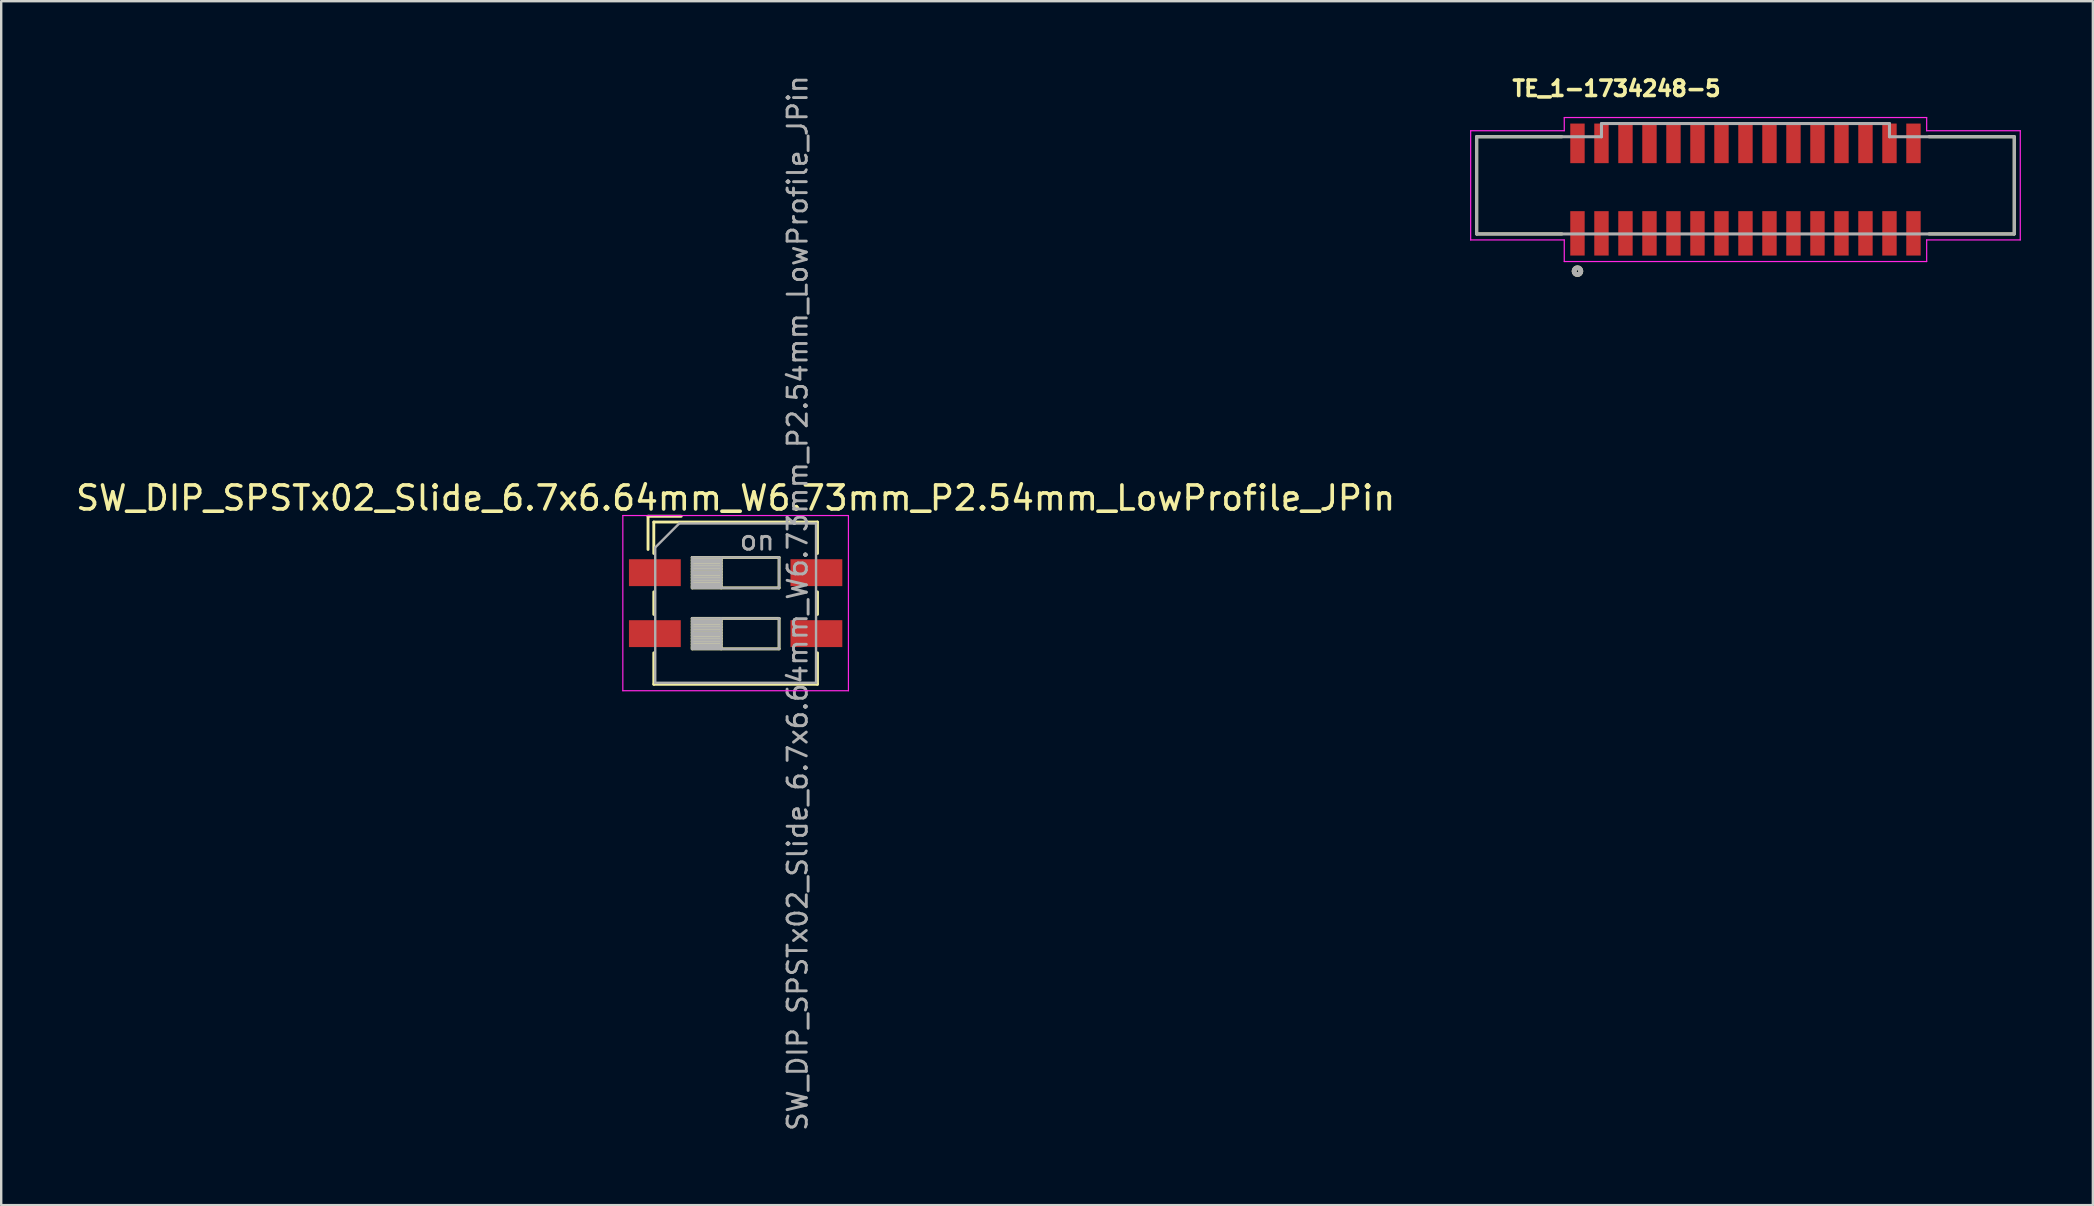
<source format=kicad_pcb>
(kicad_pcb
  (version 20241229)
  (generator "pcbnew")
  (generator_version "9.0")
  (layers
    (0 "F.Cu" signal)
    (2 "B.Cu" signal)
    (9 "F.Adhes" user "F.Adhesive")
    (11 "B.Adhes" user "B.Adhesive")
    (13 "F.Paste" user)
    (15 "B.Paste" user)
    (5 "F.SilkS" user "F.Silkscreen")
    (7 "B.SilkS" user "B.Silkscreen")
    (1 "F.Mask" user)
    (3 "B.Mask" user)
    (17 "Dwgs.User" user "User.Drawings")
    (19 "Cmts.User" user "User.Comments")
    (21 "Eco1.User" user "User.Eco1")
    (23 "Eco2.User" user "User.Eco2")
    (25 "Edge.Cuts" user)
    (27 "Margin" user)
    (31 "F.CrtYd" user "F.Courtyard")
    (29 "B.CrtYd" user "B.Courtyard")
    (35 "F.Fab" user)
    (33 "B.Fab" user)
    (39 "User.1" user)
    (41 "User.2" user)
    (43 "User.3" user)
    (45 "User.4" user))
  (footprint "SW_DIP_SPSTx02_Slide_6.7x6.64mm_W6.73mm_P2.54mm_LowProfile_JPin"
    (layer "F.Cu")
    (at 27.601 22.081)
    (property "Reference" "SW_DIP_SPSTx02_Slide_6.7x6.64mm_W6.73mm_P2.54mm_LowProfile_JPin" (at 0 -4.38 0) (layer "F.SilkS") (effects (font (size 1 1) (thickness 0.15))))
    (attr smd)
    (fp_line (start -3.65 -3.62) (end -3.65 -2.237) (stroke (width 0.12) (type solid)) (layer "F.SilkS"))
    (fp_line (start -3.65 -3.62) (end -2.267 -3.62) (stroke (width 0.12) (type solid)) (layer "F.SilkS"))
    (fp_line (start -3.41 -3.38) (end -3.41 -2.07) (stroke (width 0.12) (type solid)) (layer "F.SilkS"))
    (fp_line (start -3.41 -3.38) (end 3.41 -3.38) (stroke (width 0.12) (type solid)) (layer "F.SilkS"))
    (fp_line (start -3.41 -0.47) (end -3.41 0.47) (stroke (width 0.12) (type solid)) (layer "F.SilkS"))
    (fp_line (start -3.41 2.07) (end -3.41 3.38) (stroke (width 0.12) (type solid)) (layer "F.SilkS"))
    (fp_line (start -3.41 3.38) (end 3.41 3.38) (stroke (width 0.12) (type solid)) (layer "F.SilkS"))
    (fp_line (start -1.81 -1.905) (end -1.81 -0.635) (stroke (width 0.12) (type solid)) (layer "F.SilkS"))
    (fp_line (start -1.81 -1.785) (end -0.603 -1.785) (stroke (width 0.12) (type solid)) (layer "F.SilkS"))
    (fp_line (start -1.81 -1.665) (end -0.603 -1.665) (stroke (width 0.12) (type solid)) (layer "F.SilkS"))
    (fp_line (start -1.81 -1.545) (end -0.603 -1.545) (stroke (width 0.12) (type solid)) (layer "F.SilkS"))
    (fp_line (start -1.81 -1.425) (end -0.603 -1.425) (stroke (width 0.12) (type solid)) (layer "F.SilkS"))
    (fp_line (start -1.81 -1.305) (end -0.603 -1.305) (stroke (width 0.12) (type solid)) (layer "F.SilkS"))
    (fp_line (start -1.81 -1.185) (end -0.603 -1.185) (stroke (width 0.12) (type solid)) (layer "F.SilkS"))
    (fp_line (start -1.81 -1.065) (end -0.603 -1.065) (stroke (width 0.12) (type solid)) (layer "F.SilkS"))
    (fp_line (start -1.81 -0.945) (end -0.603 -0.945) (stroke (width 0.12) (type solid)) (layer "F.SilkS"))
    (fp_line (start -1.81 -0.825) (end -0.603 -0.825) (stroke (width 0.12) (type solid)) (layer "F.SilkS"))
    (fp_line (start -1.81 -0.705) (end -0.603 -0.705) (stroke (width 0.12) (type solid)) (layer "F.SilkS"))
    (fp_line (start -1.81 -0.635) (end 1.81 -0.635) (stroke (width 0.12) (type solid)) (layer "F.SilkS"))
    (fp_line (start -1.81 0.635) (end -1.81 1.905) (stroke (width 0.12) (type solid)) (layer "F.SilkS"))
    (fp_line (start -1.81 0.755) (end -0.603 0.755) (stroke (width 0.12) (type solid)) (layer "F.SilkS"))
    (fp_line (start -1.81 0.875) (end -0.603 0.875) (stroke (width 0.12) (type solid)) (layer "F.SilkS"))
    (fp_line (start -1.81 0.995) (end -0.603 0.995) (stroke (width 0.12) (type solid)) (layer "F.SilkS"))
    (fp_line (start -1.81 1.115) (end -0.603 1.115) (stroke (width 0.12) (type solid)) (layer "F.SilkS"))
    (fp_line (start -1.81 1.235) (end -0.603 1.235) (stroke (width 0.12) (type solid)) (layer "F.SilkS"))
    (fp_line (start -1.81 1.355) (end -0.603 1.355) (stroke (width 0.12) (type solid)) (layer "F.SilkS"))
    (fp_line (start -1.81 1.475) (end -0.603 1.475) (stroke (width 0.12) (type solid)) (layer "F.SilkS"))
    (fp_line (start -1.81 1.595) (end -0.603 1.595) (stroke (width 0.12) (type solid)) (layer "F.SilkS"))
    (fp_line (start -1.81 1.715) (end -0.603 1.715) (stroke (width 0.12) (type solid)) (layer "F.SilkS"))
    (fp_line (start -1.81 1.835) (end -0.603 1.835) (stroke (width 0.12) (type solid)) (layer "F.SilkS"))
    (fp_line (start -1.81 1.905) (end 1.81 1.905) (stroke (width 0.12) (type solid)) (layer "F.SilkS"))
    (fp_line (start -0.603 -1.905) (end -0.603 -0.635) (stroke (width 0.12) (type solid)) (layer "F.SilkS"))
    (fp_line (start -0.603 0.635) (end -0.603 1.905) (stroke (width 0.12) (type solid)) (layer "F.SilkS"))
    (fp_line (start 1.81 -1.905) (end -1.81 -1.905) (stroke (width 0.12) (type solid)) (layer "F.SilkS"))
    (fp_line (start 1.81 -0.635) (end 1.81 -1.905) (stroke (width 0.12) (type solid)) (layer "F.SilkS"))
    (fp_line (start 1.81 0.635) (end -1.81 0.635) (stroke (width 0.12) (type solid)) (layer "F.SilkS"))
    (fp_line (start 1.81 1.905) (end 1.81 0.635) (stroke (width 0.12) (type solid)) (layer "F.SilkS"))
    (fp_line (start 3.41 -3.38) (end 3.41 -2.07) (stroke (width 0.12) (type solid)) (layer "F.SilkS"))
    (fp_line (start 3.41 -0.47) (end 3.41 0.47) (stroke (width 0.12) (type solid)) (layer "F.SilkS"))
    (fp_line (start 3.41 2.07) (end 3.41 3.38) (stroke (width 0.12) (type solid)) (layer "F.SilkS"))
    (fp_line (start -4.7 -3.65) (end -4.7 3.65) (stroke (width 0.05) (type solid)) (layer "F.CrtYd"))
    (fp_line (start -4.7 3.65) (end 4.7 3.65) (stroke (width 0.05) (type solid)) (layer "F.CrtYd"))
    (fp_line (start 4.7 -3.65) (end -4.7 -3.65) (stroke (width 0.05) (type solid)) (layer "F.CrtYd"))
    (fp_line (start 4.7 3.65) (end 4.7 -3.65) (stroke (width 0.05) (type solid)) (layer "F.CrtYd"))
    (fp_line (start -3.35 -2.32) (end -2.35 -3.32) (stroke (width 0.1) (type solid)) (layer "F.Fab"))
    (fp_line (start -3.35 3.32) (end -3.35 -2.32) (stroke (width 0.1) (type solid)) (layer "F.Fab"))
    (fp_line (start -2.35 -3.32) (end 3.35 -3.32) (stroke (width 0.1) (type solid)) (layer "F.Fab"))
    (fp_line (start -1.81 -1.905) (end -1.81 -0.635) (stroke (width 0.1) (type solid)) (layer "F.Fab"))
    (fp_line (start -1.81 -1.805) (end -0.603 -1.805) (stroke (width 0.1) (type solid)) (layer "F.Fab"))
    (fp_line (start -1.81 -1.705) (end -0.603 -1.705) (stroke (width 0.1) (type solid)) (layer "F.Fab"))
    (fp_line (start -1.81 -1.605) (end -0.603 -1.605) (stroke (width 0.1) (type solid)) (layer "F.Fab"))
    (fp_line (start -1.81 -1.505) (end -0.603 -1.505) (stroke (width 0.1) (type solid)) (layer "F.Fab"))
    (fp_line (start -1.81 -1.405) (end -0.603 -1.405) (stroke (width 0.1) (type solid)) (layer "F.Fab"))
    (fp_line (start -1.81 -1.305) (end -0.603 -1.305) (stroke (width 0.1) (type solid)) (layer "F.Fab"))
    (fp_line (start -1.81 -1.205) (end -0.603 -1.205) (stroke (width 0.1) (type solid)) (layer "F.Fab"))
    (fp_line (start -1.81 -1.105) (end -0.603 -1.105) (stroke (width 0.1) (type solid)) (layer "F.Fab"))
    (fp_line (start -1.81 -1.005) (end -0.603 -1.005) (stroke (width 0.1) (type solid)) (layer "F.Fab"))
    (fp_line (start -1.81 -0.905) (end -0.603 -0.905) (stroke (width 0.1) (type solid)) (layer "F.Fab"))
    (fp_line (start -1.81 -0.805) (end -0.603 -0.805) (stroke (width 0.1) (type solid)) (layer "F.Fab"))
    (fp_line (start -1.81 -0.705) (end -0.603 -0.705) (stroke (width 0.1) (type solid)) (layer "F.Fab"))
    (fp_line (start -1.81 -0.635) (end 1.81 -0.635) (stroke (width 0.1) (type solid)) (layer "F.Fab"))
    (fp_line (start -1.81 0.635) (end -1.81 1.905) (stroke (width 0.1) (type solid)) (layer "F.Fab"))
    (fp_line (start -1.81 0.735) (end -0.603 0.735) (stroke (width 0.1) (type solid)) (layer "F.Fab"))
    (fp_line (start -1.81 0.835) (end -0.603 0.835) (stroke (width 0.1) (type solid)) (layer "F.Fab"))
    (fp_line (start -1.81 0.935) (end -0.603 0.935) (stroke (width 0.1) (type solid)) (layer "F.Fab"))
    (fp_line (start -1.81 1.035) (end -0.603 1.035) (stroke (width 0.1) (type solid)) (layer "F.Fab"))
    (fp_line (start -1.81 1.135) (end -0.603 1.135) (stroke (width 0.1) (type solid)) (layer "F.Fab"))
    (fp_line (start -1.81 1.235) (end -0.603 1.235) (stroke (width 0.1) (type solid)) (layer "F.Fab"))
    (fp_line (start -1.81 1.335) (end -0.603 1.335) (stroke (width 0.1) (type solid)) (layer "F.Fab"))
    (fp_line (start -1.81 1.435) (end -0.603 1.435) (stroke (width 0.1) (type solid)) (layer "F.Fab"))
    (fp_line (start -1.81 1.535) (end -0.603 1.535) (stroke (width 0.1) (type solid)) (layer "F.Fab"))
    (fp_line (start -1.81 1.635) (end -0.603 1.635) (stroke (width 0.1) (type solid)) (layer "F.Fab"))
    (fp_line (start -1.81 1.735) (end -0.603 1.735) (stroke (width 0.1) (type solid)) (layer "F.Fab"))
    (fp_line (start -1.81 1.835) (end -0.603 1.835) (stroke (width 0.1) (type solid)) (layer "F.Fab"))
    (fp_line (start -1.81 1.905) (end 1.81 1.905) (stroke (width 0.1) (type solid)) (layer "F.Fab"))
    (fp_line (start -0.603 -1.905) (end -0.603 -0.635) (stroke (width 0.1) (type solid)) (layer "F.Fab"))
    (fp_line (start -0.603 0.635) (end -0.603 1.905) (stroke (width 0.1) (type solid)) (layer "F.Fab"))
    (fp_line (start 1.81 -1.905) (end -1.81 -1.905) (stroke (width 0.1) (type solid)) (layer "F.Fab"))
    (fp_line (start 1.81 -0.635) (end 1.81 -1.905) (stroke (width 0.1) (type solid)) (layer "F.Fab"))
    (fp_line (start 1.81 0.635) (end -1.81 0.635) (stroke (width 0.1) (type solid)) (layer "F.Fab"))
    (fp_line (start 1.81 1.905) (end 1.81 0.635) (stroke (width 0.1) (type solid)) (layer "F.Fab"))
    (fp_line (start 3.35 -3.32) (end 3.35 3.32) (stroke (width 0.1) (type solid)) (layer "F.Fab"))
    (fp_line (start 3.35 3.32) (end -3.35 3.32) (stroke (width 0.1) (type solid)) (layer "F.Fab"))
    (fp_text user "on" (at 0.897 -2.612 0) (layer "F.Fab") (effects (font (size 0.8 0.8) (thickness 0.12))))
    (fp_text user "${REFERENCE}" (at 2.58 0 90) (layer "F.Fab") (effects (font (size 0.8 0.8) (thickness 0.12))))
    (pad "1" smd rect (at -3.365 -1.27) (size 2.16 1.12) (layers "F.Cu" "F.Mask" "F.Paste"))
    (pad "2" smd rect (at -3.365 1.27) (size 2.16 1.12) (layers "F.Cu" "F.Mask" "F.Paste"))
    (pad "3" smd rect (at 3.365 1.27) (size 2.16 1.12) (layers "F.Cu" "F.Mask" "F.Paste"))
    (pad "4" smd rect (at 3.365 -1.27) (size 2.16 1.12) (layers "F.Cu" "F.Mask" "F.Paste")))
  (footprint "TE_1-1734248-5"
    (layer "F.Cu")
    (at 69.677 4.648)
    (property "Reference" "TE_1-1734248-5" (at -5.373 -4.01 0) (layer "F.SilkS") (effects (font (size 0.641 0.641) (thickness 0.15))))
    (attr through_hole)
    (fp_line (start -11.2 -2) (end -7.65 -2) (stroke (width 0.127) (type solid)) (layer "F.SilkS"))
    (fp_line (start -11.2 2.05) (end -11.2 -2) (stroke (width 0.127) (type solid)) (layer "F.SilkS"))
    (fp_line (start -11.2 2.05) (end -7.65 2.05) (stroke (width 0.127) (type solid)) (layer "F.SilkS"))
    (fp_line (start 11.2 -2) (end 7.65 -2) (stroke (width 0.127) (type solid)) (layer "F.SilkS"))
    (fp_line (start 11.2 2.05) (end 7.65 2.05) (stroke (width 0.127) (type solid)) (layer "F.SilkS"))
    (fp_line (start 11.2 2.05) (end 11.2 -2) (stroke (width 0.127) (type solid)) (layer "F.SilkS"))
    (fp_circle (center -7 3.6) (end -6.859 3.6) (stroke (width 0.2) (type solid)) (fill no) (layer "F.SilkS"))
    (fp_line (start -11.45 -2.25) (end -7.55 -2.25) (stroke (width 0.05) (type solid)) (layer "F.CrtYd"))
    (fp_line (start -11.45 2.3) (end -11.45 -2.25) (stroke (width 0.05) (type solid)) (layer "F.CrtYd"))
    (fp_line (start -7.55 -2.8) (end 7.55 -2.8) (stroke (width 0.05) (type solid)) (layer "F.CrtYd"))
    (fp_line (start -7.55 -2.25) (end -7.55 -2.8) (stroke (width 0.05) (type solid)) (layer "F.CrtYd"))
    (fp_line (start -7.55 2.3) (end -11.45 2.3) (stroke (width 0.05) (type solid)) (layer "F.CrtYd"))
    (fp_line (start -7.55 3.2) (end -7.55 2.3) (stroke (width 0.05) (type solid)) (layer "F.CrtYd"))
    (fp_line (start 7.55 -2.8) (end 7.55 -2.25) (stroke (width 0.05) (type solid)) (layer "F.CrtYd"))
    (fp_line (start 7.55 -2.25) (end 11.45 -2.25) (stroke (width 0.05) (type solid)) (layer "F.CrtYd"))
    (fp_line (start 7.55 2.3) (end 7.55 3.2) (stroke (width 0.05) (type solid)) (layer "F.CrtYd"))
    (fp_line (start 7.55 3.2) (end -7.55 3.2) (stroke (width 0.05) (type solid)) (layer "F.CrtYd"))
    (fp_line (start 11.45 -2.25) (end 11.45 2.3) (stroke (width 0.05) (type solid)) (layer "F.CrtYd"))
    (fp_line (start 11.45 2.3) (end 7.55 2.3) (stroke (width 0.05) (type solid)) (layer "F.CrtYd"))
    (fp_line (start -11.2 -2) (end -6 -2) (stroke (width 0.127) (type solid)) (layer "F.Fab"))
    (fp_line (start -11.2 2.05) (end -11.2 -2) (stroke (width 0.127) (type solid)) (layer "F.Fab"))
    (fp_line (start -6 -2.55) (end 6 -2.55) (stroke (width 0.127) (type solid)) (layer "F.Fab"))
    (fp_line (start -6 -2) (end -6 -2.55) (stroke (width 0.127) (type solid)) (layer "F.Fab"))
    (fp_line (start 6 -2) (end 6 -2.55) (stroke (width 0.127) (type solid)) (layer "F.Fab"))
    (fp_line (start 11.2 -2) (end 6 -2) (stroke (width 0.127) (type solid)) (layer "F.Fab"))
    (fp_line (start 11.2 2.05) (end -11.2 2.05) (stroke (width 0.127) (type solid)) (layer "F.Fab"))
    (fp_line (start 11.2 2.05) (end 11.2 -2) (stroke (width 0.127) (type solid)) (layer "F.Fab"))
    (fp_circle (center -7 3.6) (end -6.859 3.6) (stroke (width 0.2) (type solid)) (fill no) (layer "F.Fab"))
    (pad "1" smd rect (at -7 -1.725) (size 0.6 1.65) (layers "F.Cu" "F.Mask" "F.Paste"))
    (pad "1" smd rect (at -7 2.025) (size 0.6 1.85) (layers "F.Cu" "F.Mask" "F.Paste"))
    (pad "2" smd rect (at -6 -1.725) (size 0.6 1.65) (layers "F.Cu" "F.Mask" "F.Paste"))
    (pad "2" smd rect (at -6 2.025) (size 0.6 1.85) (layers "F.Cu" "F.Mask" "F.Paste"))
    (pad "3" smd rect (at -5 -1.725) (size 0.6 1.65) (layers "F.Cu" "F.Mask" "F.Paste"))
    (pad "3" smd rect (at -5 2.025) (size 0.6 1.85) (layers "F.Cu" "F.Mask" "F.Paste"))
    (pad "4" smd rect (at -4 -1.725) (size 0.6 1.65) (layers "F.Cu" "F.Mask" "F.Paste"))
    (pad "4" smd rect (at -4 2.025) (size 0.6 1.85) (layers "F.Cu" "F.Mask" "F.Paste"))
    (pad "5" smd rect (at -3 -1.725) (size 0.6 1.65) (layers "F.Cu" "F.Mask" "F.Paste"))
    (pad "5" smd rect (at -3 2.025) (size 0.6 1.85) (layers "F.Cu" "F.Mask" "F.Paste"))
    (pad "6" smd rect (at -2 -1.725) (size 0.6 1.65) (layers "F.Cu" "F.Mask" "F.Paste"))
    (pad "6" smd rect (at -2 2.025) (size 0.6 1.85) (layers "F.Cu" "F.Mask" "F.Paste"))
    (pad "7" smd rect (at -1 -1.725) (size 0.6 1.65) (layers "F.Cu" "F.Mask" "F.Paste"))
    (pad "7" smd rect (at -1 2.025) (size 0.6 1.85) (layers "F.Cu" "F.Mask" "F.Paste"))
    (pad "8" smd rect (at 0 -1.725) (size 0.6 1.65) (layers "F.Cu" "F.Mask" "F.Paste"))
    (pad "8" smd rect (at 0 2.025) (size 0.6 1.85) (layers "F.Cu" "F.Mask" "F.Paste"))
    (pad "9" smd rect (at 1 -1.725) (size 0.6 1.65) (layers "F.Cu" "F.Mask" "F.Paste"))
    (pad "9" smd rect (at 1 2.025) (size 0.6 1.85) (layers "F.Cu" "F.Mask" "F.Paste"))
    (pad "10" smd rect (at 2 -1.725) (size 0.6 1.65) (layers "F.Cu" "F.Mask" "F.Paste"))
    (pad "10" smd rect (at 2 2.025) (size 0.6 1.85) (layers "F.Cu" "F.Mask" "F.Paste"))
    (pad "11" smd rect (at 3 -1.725) (size 0.6 1.65) (layers "F.Cu" "F.Mask" "F.Paste"))
    (pad "11" smd rect (at 3 2.025) (size 0.6 1.85) (layers "F.Cu" "F.Mask" "F.Paste"))
    (pad "12" smd rect (at 4 -1.725) (size 0.6 1.65) (layers "F.Cu" "F.Mask" "F.Paste"))
    (pad "12" smd rect (at 4 2.025) (size 0.6 1.85) (layers "F.Cu" "F.Mask" "F.Paste"))
    (pad "13" smd rect (at 5 -1.725) (size 0.6 1.65) (layers "F.Cu" "F.Mask" "F.Paste"))
    (pad "13" smd rect (at 5 2.025) (size 0.6 1.85) (layers "F.Cu" "F.Mask" "F.Paste"))
    (pad "14" smd rect (at 6 -1.725) (size 0.6 1.65) (layers "F.Cu" "F.Mask" "F.Paste"))
    (pad "14" smd rect (at 6 2.025) (size 0.6 1.85) (layers "F.Cu" "F.Mask" "F.Paste"))
    (pad "15" smd rect (at 7 -1.725) (size 0.6 1.65) (layers "F.Cu" "F.Mask" "F.Paste"))
    (pad "15" smd rect (at 7 2.025) (size 0.6 1.85) (layers "F.Cu" "F.Mask" "F.Paste")))
  (gr_rect
    (start -3 -3)
    (end 84.152 47.162)
    (stroke (width 0.1) (type default))
    (fill no)
    (layer "Edge.Cuts")))
</source>
